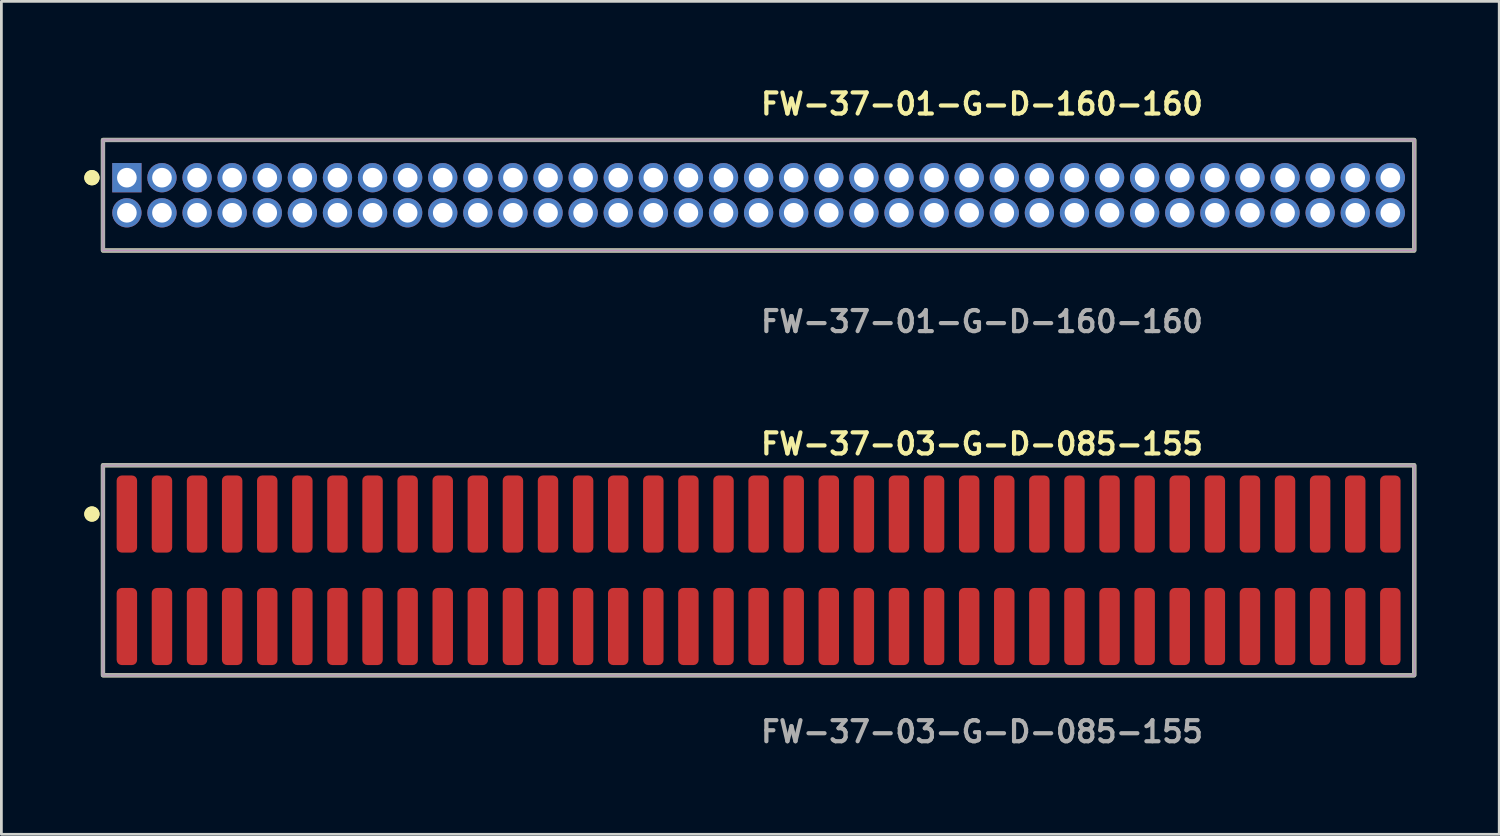
<source format=kicad_pcb>
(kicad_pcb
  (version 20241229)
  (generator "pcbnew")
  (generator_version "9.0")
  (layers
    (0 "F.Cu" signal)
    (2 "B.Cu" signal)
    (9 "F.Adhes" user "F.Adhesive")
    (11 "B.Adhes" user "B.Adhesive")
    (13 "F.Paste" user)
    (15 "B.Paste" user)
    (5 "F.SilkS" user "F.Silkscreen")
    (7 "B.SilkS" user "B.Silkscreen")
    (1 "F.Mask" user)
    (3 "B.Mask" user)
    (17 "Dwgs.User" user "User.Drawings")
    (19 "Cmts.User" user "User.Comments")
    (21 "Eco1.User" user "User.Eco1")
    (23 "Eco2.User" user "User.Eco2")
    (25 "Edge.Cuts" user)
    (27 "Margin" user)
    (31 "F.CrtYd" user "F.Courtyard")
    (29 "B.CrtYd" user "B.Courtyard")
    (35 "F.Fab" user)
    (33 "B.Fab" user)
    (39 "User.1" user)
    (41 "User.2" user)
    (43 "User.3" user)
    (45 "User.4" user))
  (footprint "FW-37-03-G-D-085-155"
    (layer "F.Cu")
    (at 24.401 17.586)
    (property "Reference" "FW-37-03-G-D-085-155" (at 0 -4.572 0) (unlocked yes) (layer "F.SilkS") (effects (font (size 0.762 0.762) (thickness 0.152)) (justify left)))
    (fp_rect (start -23.725 3.8) (end 23.725 -3.8) (stroke (width 0.152) (type solid)) (fill no) (layer "F.SilkS"))
    (fp_circle (center -24.125 -2.035) (end -24.325 -2.035) (stroke (width 0.152) (type solid)) (fill yes) (layer "F.SilkS"))
    (fp_circle (center -24.125 -2.035) (end -24.325 -2.035) (stroke (width 0.152) (type solid)) (fill yes) (layer "F.SilkS"))
    (fp_rect (start -23.725 3.8) (end 23.725 -3.8) (stroke (width 0.006) (type solid)) (fill no) (layer "F.CrtYd"))
    (fp_rect (start -23.725 3.8) (end 23.725 -3.8) (stroke (width 0.152) (type solid)) (fill no) (layer "F.Fab"))
    (fp_text user "${REFERENCE}" (at 0 5.842 0) (unlocked yes) (layer "F.Fab") (effects (font (size 0.762 0.762) (thickness 0.152)) (justify left)))
    (pad "1" smd roundrect (at -22.86 -2.035) (size 0.74 2.79) (layers "F.Cu" "F.Paste") (roundrect_rratio 0.25))
    (pad "2" smd roundrect (at -22.86 2.035) (size 0.74 2.79) (layers "F.Cu" "F.Paste") (roundrect_rratio 0.25))
    (pad "3" smd roundrect (at -21.59 -2.035) (size 0.74 2.79) (layers "F.Cu" "F.Paste") (roundrect_rratio 0.25))
    (pad "4" smd roundrect (at -21.59 2.035) (size 0.74 2.79) (layers "F.Cu" "F.Paste") (roundrect_rratio 0.25))
    (pad "5" smd roundrect (at -20.32 -2.035) (size 0.74 2.79) (layers "F.Cu" "F.Paste") (roundrect_rratio 0.25))
    (pad "6" smd roundrect (at -20.32 2.035) (size 0.74 2.79) (layers "F.Cu" "F.Paste") (roundrect_rratio 0.25))
    (pad "7" smd roundrect (at -19.05 -2.035) (size 0.74 2.79) (layers "F.Cu" "F.Paste") (roundrect_rratio 0.25))
    (pad "8" smd roundrect (at -19.05 2.035) (size 0.74 2.79) (layers "F.Cu" "F.Paste") (roundrect_rratio 0.25))
    (pad "9" smd roundrect (at -17.78 -2.035) (size 0.74 2.79) (layers "F.Cu" "F.Paste") (roundrect_rratio 0.25))
    (pad "10" smd roundrect (at -17.78 2.035) (size 0.74 2.79) (layers "F.Cu" "F.Paste") (roundrect_rratio 0.25))
    (pad "11" smd roundrect (at -16.51 -2.035) (size 0.74 2.79) (layers "F.Cu" "F.Paste") (roundrect_rratio 0.25))
    (pad "12" smd roundrect (at -16.51 2.035) (size 0.74 2.79) (layers "F.Cu" "F.Paste") (roundrect_rratio 0.25))
    (pad "13" smd roundrect (at -15.24 -2.035) (size 0.74 2.79) (layers "F.Cu" "F.Paste") (roundrect_rratio 0.25))
    (pad "14" smd roundrect (at -15.24 2.035) (size 0.74 2.79) (layers "F.Cu" "F.Paste") (roundrect_rratio 0.25))
    (pad "15" smd roundrect (at -13.97 -2.035) (size 0.74 2.79) (layers "F.Cu" "F.Paste") (roundrect_rratio 0.25))
    (pad "16" smd roundrect (at -13.97 2.035) (size 0.74 2.79) (layers "F.Cu" "F.Paste") (roundrect_rratio 0.25))
    (pad "17" smd roundrect (at -12.7 -2.035) (size 0.74 2.79) (layers "F.Cu" "F.Paste") (roundrect_rratio 0.25))
    (pad "18" smd roundrect (at -12.7 2.035) (size 0.74 2.79) (layers "F.Cu" "F.Paste") (roundrect_rratio 0.25))
    (pad "19" smd roundrect (at -11.43 -2.035) (size 0.74 2.79) (layers "F.Cu" "F.Paste") (roundrect_rratio 0.25))
    (pad "20" smd roundrect (at -11.43 2.035) (size 0.74 2.79) (layers "F.Cu" "F.Paste") (roundrect_rratio 0.25))
    (pad "21" smd roundrect (at -10.16 -2.035) (size 0.74 2.79) (layers "F.Cu" "F.Paste") (roundrect_rratio 0.25))
    (pad "22" smd roundrect (at -10.16 2.035) (size 0.74 2.79) (layers "F.Cu" "F.Paste") (roundrect_rratio 0.25))
    (pad "23" smd roundrect (at -8.89 -2.035) (size 0.74 2.79) (layers "F.Cu" "F.Paste") (roundrect_rratio 0.25))
    (pad "24" smd roundrect (at -8.89 2.035) (size 0.74 2.79) (layers "F.Cu" "F.Paste") (roundrect_rratio 0.25))
    (pad "25" smd roundrect (at -7.62 -2.035) (size 0.74 2.79) (layers "F.Cu" "F.Paste") (roundrect_rratio 0.25))
    (pad "26" smd roundrect (at -7.62 2.035) (size 0.74 2.79) (layers "F.Cu" "F.Paste") (roundrect_rratio 0.25))
    (pad "27" smd roundrect (at -6.35 -2.035) (size 0.74 2.79) (layers "F.Cu" "F.Paste") (roundrect_rratio 0.25))
    (pad "28" smd roundrect (at -6.35 2.035) (size 0.74 2.79) (layers "F.Cu" "F.Paste") (roundrect_rratio 0.25))
    (pad "29" smd roundrect (at -5.08 -2.035) (size 0.74 2.79) (layers "F.Cu" "F.Paste") (roundrect_rratio 0.25))
    (pad "30" smd roundrect (at -5.08 2.035) (size 0.74 2.79) (layers "F.Cu" "F.Paste") (roundrect_rratio 0.25))
    (pad "31" smd roundrect (at -3.81 -2.035) (size 0.74 2.79) (layers "F.Cu" "F.Paste") (roundrect_rratio 0.25))
    (pad "32" smd roundrect (at -3.81 2.035) (size 0.74 2.79) (layers "F.Cu" "F.Paste") (roundrect_rratio 0.25))
    (pad "33" smd roundrect (at -2.54 -2.035) (size 0.74 2.79) (layers "F.Cu" "F.Paste") (roundrect_rratio 0.25))
    (pad "34" smd roundrect (at -2.54 2.035) (size 0.74 2.79) (layers "F.Cu" "F.Paste") (roundrect_rratio 0.25))
    (pad "35" smd roundrect (at -1.27 -2.035) (size 0.74 2.79) (layers "F.Cu" "F.Paste") (roundrect_rratio 0.25))
    (pad "36" smd roundrect (at -1.27 2.035) (size 0.74 2.79) (layers "F.Cu" "F.Paste") (roundrect_rratio 0.25))
    (pad "37" smd roundrect (at 0 -2.035) (size 0.74 2.79) (layers "F.Cu" "F.Paste") (roundrect_rratio 0.25))
    (pad "38" smd roundrect (at 0 2.035) (size 0.74 2.79) (layers "F.Cu" "F.Paste") (roundrect_rratio 0.25))
    (pad "39" smd roundrect (at 1.27 -2.035) (size 0.74 2.79) (layers "F.Cu" "F.Paste") (roundrect_rratio 0.25))
    (pad "40" smd roundrect (at 1.27 2.035) (size 0.74 2.79) (layers "F.Cu" "F.Paste") (roundrect_rratio 0.25))
    (pad "41" smd roundrect (at 2.54 -2.035) (size 0.74 2.79) (layers "F.Cu" "F.Paste") (roundrect_rratio 0.25))
    (pad "42" smd roundrect (at 2.54 2.035) (size 0.74 2.79) (layers "F.Cu" "F.Paste") (roundrect_rratio 0.25))
    (pad "43" smd roundrect (at 3.81 -2.035) (size 0.74 2.79) (layers "F.Cu" "F.Paste") (roundrect_rratio 0.25))
    (pad "44" smd roundrect (at 3.81 2.035) (size 0.74 2.79) (layers "F.Cu" "F.Paste") (roundrect_rratio 0.25))
    (pad "45" smd roundrect (at 5.08 -2.035) (size 0.74 2.79) (layers "F.Cu" "F.Paste") (roundrect_rratio 0.25))
    (pad "46" smd roundrect (at 5.08 2.035) (size 0.74 2.79) (layers "F.Cu" "F.Paste") (roundrect_rratio 0.25))
    (pad "47" smd roundrect (at 6.35 -2.035) (size 0.74 2.79) (layers "F.Cu" "F.Paste") (roundrect_rratio 0.25))
    (pad "48" smd roundrect (at 6.35 2.035) (size 0.74 2.79) (layers "F.Cu" "F.Paste") (roundrect_rratio 0.25))
    (pad "49" smd roundrect (at 7.62 -2.035) (size 0.74 2.79) (layers "F.Cu" "F.Paste") (roundrect_rratio 0.25))
    (pad "50" smd roundrect (at 7.62 2.035) (size 0.74 2.79) (layers "F.Cu" "F.Paste") (roundrect_rratio 0.25))
    (pad "51" smd roundrect (at 8.89 -2.035) (size 0.74 2.79) (layers "F.Cu" "F.Paste") (roundrect_rratio 0.25))
    (pad "52" smd roundrect (at 8.89 2.035) (size 0.74 2.79) (layers "F.Cu" "F.Paste") (roundrect_rratio 0.25))
    (pad "53" smd roundrect (at 10.16 -2.035) (size 0.74 2.79) (layers "F.Cu" "F.Paste") (roundrect_rratio 0.25))
    (pad "54" smd roundrect (at 10.16 2.035) (size 0.74 2.79) (layers "F.Cu" "F.Paste") (roundrect_rratio 0.25))
    (pad "55" smd roundrect (at 11.43 -2.035) (size 0.74 2.79) (layers "F.Cu" "F.Paste") (roundrect_rratio 0.25))
    (pad "56" smd roundrect (at 11.43 2.035) (size 0.74 2.79) (layers "F.Cu" "F.Paste") (roundrect_rratio 0.25))
    (pad "57" smd roundrect (at 12.7 -2.035) (size 0.74 2.79) (layers "F.Cu" "F.Paste") (roundrect_rratio 0.25))
    (pad "58" smd roundrect (at 12.7 2.035) (size 0.74 2.79) (layers "F.Cu" "F.Paste") (roundrect_rratio 0.25))
    (pad "59" smd roundrect (at 13.97 -2.035) (size 0.74 2.79) (layers "F.Cu" "F.Paste") (roundrect_rratio 0.25))
    (pad "60" smd roundrect (at 13.97 2.035) (size 0.74 2.79) (layers "F.Cu" "F.Paste") (roundrect_rratio 0.25))
    (pad "61" smd roundrect (at 15.24 -2.035) (size 0.74 2.79) (layers "F.Cu" "F.Paste") (roundrect_rratio 0.25))
    (pad "62" smd roundrect (at 15.24 2.035) (size 0.74 2.79) (layers "F.Cu" "F.Paste") (roundrect_rratio 0.25))
    (pad "63" smd roundrect (at 16.51 -2.035) (size 0.74 2.79) (layers "F.Cu" "F.Paste") (roundrect_rratio 0.25))
    (pad "64" smd roundrect (at 16.51 2.035) (size 0.74 2.79) (layers "F.Cu" "F.Paste") (roundrect_rratio 0.25))
    (pad "65" smd roundrect (at 17.78 -2.035) (size 0.74 2.79) (layers "F.Cu" "F.Paste") (roundrect_rratio 0.25))
    (pad "66" smd roundrect (at 17.78 2.035) (size 0.74 2.79) (layers "F.Cu" "F.Paste") (roundrect_rratio 0.25))
    (pad "67" smd roundrect (at 19.05 -2.035) (size 0.74 2.79) (layers "F.Cu" "F.Paste") (roundrect_rratio 0.25))
    (pad "68" smd roundrect (at 19.05 2.035) (size 0.74 2.79) (layers "F.Cu" "F.Paste") (roundrect_rratio 0.25))
    (pad "69" smd roundrect (at 20.32 -2.035) (size 0.74 2.79) (layers "F.Cu" "F.Paste") (roundrect_rratio 0.25))
    (pad "70" smd roundrect (at 20.32 2.035) (size 0.74 2.79) (layers "F.Cu" "F.Paste") (roundrect_rratio 0.25))
    (pad "71" smd roundrect (at 21.59 -2.035) (size 0.74 2.79) (layers "F.Cu" "F.Paste") (roundrect_rratio 0.25))
    (pad "72" smd roundrect (at 21.59 2.035) (size 0.74 2.79) (layers "F.Cu" "F.Paste") (roundrect_rratio 0.25))
    (pad "73" smd roundrect (at 22.86 -2.035) (size 0.74 2.79) (layers "F.Cu" "F.Paste") (roundrect_rratio 0.25))
    (pad "74" smd roundrect (at 22.86 2.035) (size 0.74 2.79) (layers "F.Cu" "F.Paste") (roundrect_rratio 0.25)))
  (footprint "FW-37-01-G-D-160-160"
    (layer "F.Cu")
    (at 24.401 4.015)
    (property "Reference" "FW-37-01-G-D-160-160" (at 0 -3.302 0) (unlocked yes) (layer "F.SilkS") (effects (font (size 0.762 0.762) (thickness 0.152)) (justify left)))
    (fp_rect (start -23.725 2) (end 23.725 -2) (stroke (width 0.152) (type solid)) (fill no) (layer "F.SilkS"))
    (fp_circle (center -24.125 -0.635) (end -24.325 -0.635) (stroke (width 0.152) (type solid)) (fill yes) (layer "F.SilkS"))
    (fp_circle (center -24.125 -0.635) (end -24.325 -0.635) (stroke (width 0.152) (type solid)) (fill yes) (layer "F.SilkS"))
    (fp_rect (start -23.725 2) (end 23.725 -2) (stroke (width 0.006) (type solid)) (fill no) (layer "F.CrtYd"))
    (fp_rect (start -23.725 2) (end 23.725 -2) (stroke (width 0.152) (type solid)) (fill no) (layer "F.Fab"))
    (fp_text user "${REFERENCE}" (at 0 4.572 0) (unlocked yes) (layer "F.Fab") (effects (font (size 0.762 0.762) (thickness 0.152)) (justify left)))
    (pad "1" thru_hole rect (at -22.86 -0.635) (size 1.06 1.06) (drill 0.71) (layers "*.Cu" "*.Mask"))
    (pad "2" thru_hole circle (at -22.86 0.635) (size 1.06 1.06) (drill 0.71) (layers "*.Cu" "*.Mask"))
    (pad "3" thru_hole circle (at -21.59 -0.635) (size 1.06 1.06) (drill 0.71) (layers "*.Cu" "*.Mask"))
    (pad "4" thru_hole circle (at -21.59 0.635) (size 1.06 1.06) (drill 0.71) (layers "*.Cu" "*.Mask"))
    (pad "5" thru_hole circle (at -20.32 -0.635) (size 1.06 1.06) (drill 0.71) (layers "*.Cu" "*.Mask"))
    (pad "6" thru_hole circle (at -20.32 0.635) (size 1.06 1.06) (drill 0.71) (layers "*.Cu" "*.Mask"))
    (pad "7" thru_hole circle (at -19.05 -0.635) (size 1.06 1.06) (drill 0.71) (layers "*.Cu" "*.Mask"))
    (pad "8" thru_hole circle (at -19.05 0.635) (size 1.06 1.06) (drill 0.71) (layers "*.Cu" "*.Mask"))
    (pad "9" thru_hole circle (at -17.78 -0.635) (size 1.06 1.06) (drill 0.71) (layers "*.Cu" "*.Mask"))
    (pad "10" thru_hole circle (at -17.78 0.635) (size 1.06 1.06) (drill 0.71) (layers "*.Cu" "*.Mask"))
    (pad "11" thru_hole circle (at -16.51 -0.635) (size 1.06 1.06) (drill 0.71) (layers "*.Cu" "*.Mask"))
    (pad "12" thru_hole circle (at -16.51 0.635) (size 1.06 1.06) (drill 0.71) (layers "*.Cu" "*.Mask"))
    (pad "13" thru_hole circle (at -15.24 -0.635) (size 1.06 1.06) (drill 0.71) (layers "*.Cu" "*.Mask"))
    (pad "14" thru_hole circle (at -15.24 0.635) (size 1.06 1.06) (drill 0.71) (layers "*.Cu" "*.Mask"))
    (pad "15" thru_hole circle (at -13.97 -0.635) (size 1.06 1.06) (drill 0.71) (layers "*.Cu" "*.Mask"))
    (pad "16" thru_hole circle (at -13.97 0.635) (size 1.06 1.06) (drill 0.71) (layers "*.Cu" "*.Mask"))
    (pad "17" thru_hole circle (at -12.7 -0.635) (size 1.06 1.06) (drill 0.71) (layers "*.Cu" "*.Mask"))
    (pad "18" thru_hole circle (at -12.7 0.635) (size 1.06 1.06) (drill 0.71) (layers "*.Cu" "*.Mask"))
    (pad "19" thru_hole circle (at -11.43 -0.635) (size 1.06 1.06) (drill 0.71) (layers "*.Cu" "*.Mask"))
    (pad "20" thru_hole circle (at -11.43 0.635) (size 1.06 1.06) (drill 0.71) (layers "*.Cu" "*.Mask"))
    (pad "21" thru_hole circle (at -10.16 -0.635) (size 1.06 1.06) (drill 0.71) (layers "*.Cu" "*.Mask"))
    (pad "22" thru_hole circle (at -10.16 0.635) (size 1.06 1.06) (drill 0.71) (layers "*.Cu" "*.Mask"))
    (pad "23" thru_hole circle (at -8.89 -0.635) (size 1.06 1.06) (drill 0.71) (layers "*.Cu" "*.Mask"))
    (pad "24" thru_hole circle (at -8.89 0.635) (size 1.06 1.06) (drill 0.71) (layers "*.Cu" "*.Mask"))
    (pad "25" thru_hole circle (at -7.62 -0.635) (size 1.06 1.06) (drill 0.71) (layers "*.Cu" "*.Mask"))
    (pad "26" thru_hole circle (at -7.62 0.635) (size 1.06 1.06) (drill 0.71) (layers "*.Cu" "*.Mask"))
    (pad "27" thru_hole circle (at -6.35 -0.635) (size 1.06 1.06) (drill 0.71) (layers "*.Cu" "*.Mask"))
    (pad "28" thru_hole circle (at -6.35 0.635) (size 1.06 1.06) (drill 0.71) (layers "*.Cu" "*.Mask"))
    (pad "29" thru_hole circle (at -5.08 -0.635) (size 1.06 1.06) (drill 0.71) (layers "*.Cu" "*.Mask"))
    (pad "30" thru_hole circle (at -5.08 0.635) (size 1.06 1.06) (drill 0.71) (layers "*.Cu" "*.Mask"))
    (pad "31" thru_hole circle (at -3.81 -0.635) (size 1.06 1.06) (drill 0.71) (layers "*.Cu" "*.Mask"))
    (pad "32" thru_hole circle (at -3.81 0.635) (size 1.06 1.06) (drill 0.71) (layers "*.Cu" "*.Mask"))
    (pad "33" thru_hole circle (at -2.54 -0.635) (size 1.06 1.06) (drill 0.71) (layers "*.Cu" "*.Mask"))
    (pad "34" thru_hole circle (at -2.54 0.635) (size 1.06 1.06) (drill 0.71) (layers "*.Cu" "*.Mask"))
    (pad "35" thru_hole circle (at -1.27 -0.635) (size 1.06 1.06) (drill 0.71) (layers "*.Cu" "*.Mask"))
    (pad "36" thru_hole circle (at -1.27 0.635) (size 1.06 1.06) (drill 0.71) (layers "*.Cu" "*.Mask"))
    (pad "37" thru_hole circle (at 0 -0.635) (size 1.06 1.06) (drill 0.71) (layers "*.Cu" "*.Mask"))
    (pad "38" thru_hole circle (at 0 0.635) (size 1.06 1.06) (drill 0.71) (layers "*.Cu" "*.Mask"))
    (pad "39" thru_hole circle (at 1.27 -0.635) (size 1.06 1.06) (drill 0.71) (layers "*.Cu" "*.Mask"))
    (pad "40" thru_hole circle (at 1.27 0.635) (size 1.06 1.06) (drill 0.71) (layers "*.Cu" "*.Mask"))
    (pad "41" thru_hole circle (at 2.54 -0.635) (size 1.06 1.06) (drill 0.71) (layers "*.Cu" "*.Mask"))
    (pad "42" thru_hole circle (at 2.54 0.635) (size 1.06 1.06) (drill 0.71) (layers "*.Cu" "*.Mask"))
    (pad "43" thru_hole circle (at 3.81 -0.635) (size 1.06 1.06) (drill 0.71) (layers "*.Cu" "*.Mask"))
    (pad "44" thru_hole circle (at 3.81 0.635) (size 1.06 1.06) (drill 0.71) (layers "*.Cu" "*.Mask"))
    (pad "45" thru_hole circle (at 5.08 -0.635) (size 1.06 1.06) (drill 0.71) (layers "*.Cu" "*.Mask"))
    (pad "46" thru_hole circle (at 5.08 0.635) (size 1.06 1.06) (drill 0.71) (layers "*.Cu" "*.Mask"))
    (pad "47" thru_hole circle (at 6.35 -0.635) (size 1.06 1.06) (drill 0.71) (layers "*.Cu" "*.Mask"))
    (pad "48" thru_hole circle (at 6.35 0.635) (size 1.06 1.06) (drill 0.71) (layers "*.Cu" "*.Mask"))
    (pad "49" thru_hole circle (at 7.62 -0.635) (size 1.06 1.06) (drill 0.71) (layers "*.Cu" "*.Mask"))
    (pad "50" thru_hole circle (at 7.62 0.635) (size 1.06 1.06) (drill 0.71) (layers "*.Cu" "*.Mask"))
    (pad "51" thru_hole circle (at 8.89 -0.635) (size 1.06 1.06) (drill 0.71) (layers "*.Cu" "*.Mask"))
    (pad "52" thru_hole circle (at 8.89 0.635) (size 1.06 1.06) (drill 0.71) (layers "*.Cu" "*.Mask"))
    (pad "53" thru_hole circle (at 10.16 -0.635) (size 1.06 1.06) (drill 0.71) (layers "*.Cu" "*.Mask"))
    (pad "54" thru_hole circle (at 10.16 0.635) (size 1.06 1.06) (drill 0.71) (layers "*.Cu" "*.Mask"))
    (pad "55" thru_hole circle (at 11.43 -0.635) (size 1.06 1.06) (drill 0.71) (layers "*.Cu" "*.Mask"))
    (pad "56" thru_hole circle (at 11.43 0.635) (size 1.06 1.06) (drill 0.71) (layers "*.Cu" "*.Mask"))
    (pad "57" thru_hole circle (at 12.7 -0.635) (size 1.06 1.06) (drill 0.71) (layers "*.Cu" "*.Mask"))
    (pad "58" thru_hole circle (at 12.7 0.635) (size 1.06 1.06) (drill 0.71) (layers "*.Cu" "*.Mask"))
    (pad "59" thru_hole circle (at 13.97 -0.635) (size 1.06 1.06) (drill 0.71) (layers "*.Cu" "*.Mask"))
    (pad "60" thru_hole circle (at 13.97 0.635) (size 1.06 1.06) (drill 0.71) (layers "*.Cu" "*.Mask"))
    (pad "61" thru_hole circle (at 15.24 -0.635) (size 1.06 1.06) (drill 0.71) (layers "*.Cu" "*.Mask"))
    (pad "62" thru_hole circle (at 15.24 0.635) (size 1.06 1.06) (drill 0.71) (layers "*.Cu" "*.Mask"))
    (pad "63" thru_hole circle (at 16.51 -0.635) (size 1.06 1.06) (drill 0.71) (layers "*.Cu" "*.Mask"))
    (pad "64" thru_hole circle (at 16.51 0.635) (size 1.06 1.06) (drill 0.71) (layers "*.Cu" "*.Mask"))
    (pad "65" thru_hole circle (at 17.78 -0.635) (size 1.06 1.06) (drill 0.71) (layers "*.Cu" "*.Mask"))
    (pad "66" thru_hole circle (at 17.78 0.635) (size 1.06 1.06) (drill 0.71) (layers "*.Cu" "*.Mask"))
    (pad "67" thru_hole circle (at 19.05 -0.635) (size 1.06 1.06) (drill 0.71) (layers "*.Cu" "*.Mask"))
    (pad "68" thru_hole circle (at 19.05 0.635) (size 1.06 1.06) (drill 0.71) (layers "*.Cu" "*.Mask"))
    (pad "69" thru_hole circle (at 20.32 -0.635) (size 1.06 1.06) (drill 0.71) (layers "*.Cu" "*.Mask"))
    (pad "70" thru_hole circle (at 20.32 0.635) (size 1.06 1.06) (drill 0.71) (layers "*.Cu" "*.Mask"))
    (pad "71" thru_hole circle (at 21.59 -0.635) (size 1.06 1.06) (drill 0.71) (layers "*.Cu" "*.Mask"))
    (pad "72" thru_hole circle (at 21.59 0.635) (size 1.06 1.06) (drill 0.71) (layers "*.Cu" "*.Mask"))
    (pad "73" thru_hole circle (at 22.86 -0.635) (size 1.06 1.06) (drill 0.71) (layers "*.Cu" "*.Mask"))
    (pad "74" thru_hole circle (at 22.86 0.635) (size 1.06 1.06) (drill 0.71) (layers "*.Cu" "*.Mask")))
  (gr_rect
    (start -3 -3)
    (end 51.202 27.141)
    (stroke (width 0.1) (type default))
    (fill no)
    (layer "Edge.Cuts")))
</source>
